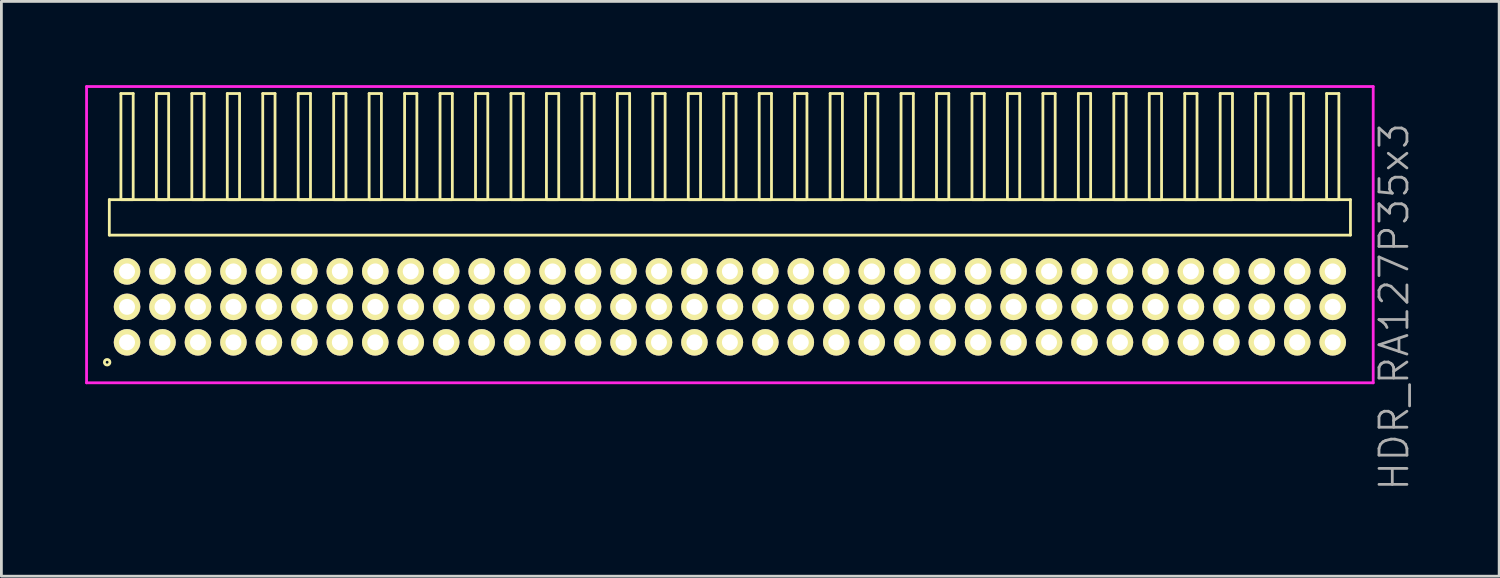
<source format=kicad_pcb>
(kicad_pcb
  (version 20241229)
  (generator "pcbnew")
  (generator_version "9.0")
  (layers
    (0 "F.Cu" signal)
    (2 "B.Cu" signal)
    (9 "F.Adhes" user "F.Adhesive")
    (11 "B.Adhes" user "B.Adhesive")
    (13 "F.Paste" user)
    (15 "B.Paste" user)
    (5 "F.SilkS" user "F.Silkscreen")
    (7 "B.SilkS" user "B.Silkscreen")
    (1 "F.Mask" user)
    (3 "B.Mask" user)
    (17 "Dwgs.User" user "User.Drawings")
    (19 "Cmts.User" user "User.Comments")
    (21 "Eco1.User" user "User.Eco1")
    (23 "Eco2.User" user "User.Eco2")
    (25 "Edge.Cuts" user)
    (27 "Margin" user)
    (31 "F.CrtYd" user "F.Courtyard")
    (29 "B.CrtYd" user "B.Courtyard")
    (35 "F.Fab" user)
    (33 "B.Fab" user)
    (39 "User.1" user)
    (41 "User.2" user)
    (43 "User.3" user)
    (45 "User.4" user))
  (footprint "HDR_RA127P35x3"
    (layer "F.Cu")
    (at 23.09 7.94)
    (property "Reference" "HDR_RA127P35x3" (at 23.79 0 90) (layer "F.Fab") (effects (font (size 1 1) (thickness 0.1))))
    (attr through_hole)
    (fp_line (start -22.225 -3.84) (end -22.225 -2.57) (stroke (width 0.1) (type solid)) (layer "F.SilkS"))
    (fp_line (start -22.225 -2.57) (end 22.225 -2.57) (stroke (width 0.1) (type solid)) (layer "F.SilkS"))
    (fp_line (start -21.81 -7.64) (end -21.81 -3.84) (stroke (width 0.1) (type solid)) (layer "F.SilkS"))
    (fp_line (start -21.81 -3.84) (end -21.37 -3.84) (stroke (width 0.1) (type solid)) (layer "F.SilkS"))
    (fp_line (start -21.37 -7.64) (end -21.81 -7.64) (stroke (width 0.1) (type solid)) (layer "F.SilkS"))
    (fp_line (start -21.37 -3.84) (end -21.37 -7.64) (stroke (width 0.1) (type solid)) (layer "F.SilkS"))
    (fp_line (start -20.54 -7.64) (end -20.54 -3.84) (stroke (width 0.1) (type solid)) (layer "F.SilkS"))
    (fp_line (start -20.54 -3.84) (end -20.1 -3.84) (stroke (width 0.1) (type solid)) (layer "F.SilkS"))
    (fp_line (start -20.1 -7.64) (end -20.54 -7.64) (stroke (width 0.1) (type solid)) (layer "F.SilkS"))
    (fp_line (start -20.1 -3.84) (end -20.1 -7.64) (stroke (width 0.1) (type solid)) (layer "F.SilkS"))
    (fp_line (start -19.27 -7.64) (end -19.27 -3.84) (stroke (width 0.1) (type solid)) (layer "F.SilkS"))
    (fp_line (start -19.27 -3.84) (end -18.83 -3.84) (stroke (width 0.1) (type solid)) (layer "F.SilkS"))
    (fp_line (start -18.83 -7.64) (end -19.27 -7.64) (stroke (width 0.1) (type solid)) (layer "F.SilkS"))
    (fp_line (start -18.83 -3.84) (end -18.83 -7.64) (stroke (width 0.1) (type solid)) (layer "F.SilkS"))
    (fp_line (start -18 -7.64) (end -18 -3.84) (stroke (width 0.1) (type solid)) (layer "F.SilkS"))
    (fp_line (start -18 -3.84) (end -17.56 -3.84) (stroke (width 0.1) (type solid)) (layer "F.SilkS"))
    (fp_line (start -17.56 -7.64) (end -18 -7.64) (stroke (width 0.1) (type solid)) (layer "F.SilkS"))
    (fp_line (start -17.56 -3.84) (end -17.56 -7.64) (stroke (width 0.1) (type solid)) (layer "F.SilkS"))
    (fp_line (start -16.73 -7.64) (end -16.73 -3.84) (stroke (width 0.1) (type solid)) (layer "F.SilkS"))
    (fp_line (start -16.73 -3.84) (end -16.29 -3.84) (stroke (width 0.1) (type solid)) (layer "F.SilkS"))
    (fp_line (start -16.29 -7.64) (end -16.73 -7.64) (stroke (width 0.1) (type solid)) (layer "F.SilkS"))
    (fp_line (start -16.29 -3.84) (end -16.29 -7.64) (stroke (width 0.1) (type solid)) (layer "F.SilkS"))
    (fp_line (start -15.46 -7.64) (end -15.46 -3.84) (stroke (width 0.1) (type solid)) (layer "F.SilkS"))
    (fp_line (start -15.46 -3.84) (end -15.02 -3.84) (stroke (width 0.1) (type solid)) (layer "F.SilkS"))
    (fp_line (start -15.02 -7.64) (end -15.46 -7.64) (stroke (width 0.1) (type solid)) (layer "F.SilkS"))
    (fp_line (start -15.02 -3.84) (end -15.02 -7.64) (stroke (width 0.1) (type solid)) (layer "F.SilkS"))
    (fp_line (start -14.19 -7.64) (end -14.19 -3.84) (stroke (width 0.1) (type solid)) (layer "F.SilkS"))
    (fp_line (start -14.19 -3.84) (end -13.75 -3.84) (stroke (width 0.1) (type solid)) (layer "F.SilkS"))
    (fp_line (start -13.75 -7.64) (end -14.19 -7.64) (stroke (width 0.1) (type solid)) (layer "F.SilkS"))
    (fp_line (start -13.75 -3.84) (end -13.75 -7.64) (stroke (width 0.1) (type solid)) (layer "F.SilkS"))
    (fp_line (start -12.92 -7.64) (end -12.92 -3.84) (stroke (width 0.1) (type solid)) (layer "F.SilkS"))
    (fp_line (start -12.92 -3.84) (end -12.48 -3.84) (stroke (width 0.1) (type solid)) (layer "F.SilkS"))
    (fp_line (start -12.48 -7.64) (end -12.92 -7.64) (stroke (width 0.1) (type solid)) (layer "F.SilkS"))
    (fp_line (start -12.48 -3.84) (end -12.48 -7.64) (stroke (width 0.1) (type solid)) (layer "F.SilkS"))
    (fp_line (start -11.65 -7.64) (end -11.65 -3.84) (stroke (width 0.1) (type solid)) (layer "F.SilkS"))
    (fp_line (start -11.65 -3.84) (end -11.21 -3.84) (stroke (width 0.1) (type solid)) (layer "F.SilkS"))
    (fp_line (start -11.21 -7.64) (end -11.65 -7.64) (stroke (width 0.1) (type solid)) (layer "F.SilkS"))
    (fp_line (start -11.21 -3.84) (end -11.21 -7.64) (stroke (width 0.1) (type solid)) (layer "F.SilkS"))
    (fp_line (start -10.38 -7.64) (end -10.38 -3.84) (stroke (width 0.1) (type solid)) (layer "F.SilkS"))
    (fp_line (start -10.38 -3.84) (end -9.94 -3.84) (stroke (width 0.1) (type solid)) (layer "F.SilkS"))
    (fp_line (start -9.94 -7.64) (end -10.38 -7.64) (stroke (width 0.1) (type solid)) (layer "F.SilkS"))
    (fp_line (start -9.94 -3.84) (end -9.94 -7.64) (stroke (width 0.1) (type solid)) (layer "F.SilkS"))
    (fp_line (start -9.11 -7.64) (end -9.11 -3.84) (stroke (width 0.1) (type solid)) (layer "F.SilkS"))
    (fp_line (start -9.11 -3.84) (end -8.67 -3.84) (stroke (width 0.1) (type solid)) (layer "F.SilkS"))
    (fp_line (start -8.67 -7.64) (end -9.11 -7.64) (stroke (width 0.1) (type solid)) (layer "F.SilkS"))
    (fp_line (start -8.67 -3.84) (end -8.67 -7.64) (stroke (width 0.1) (type solid)) (layer "F.SilkS"))
    (fp_line (start -7.84 -7.64) (end -7.84 -3.84) (stroke (width 0.1) (type solid)) (layer "F.SilkS"))
    (fp_line (start -7.84 -3.84) (end -7.4 -3.84) (stroke (width 0.1) (type solid)) (layer "F.SilkS"))
    (fp_line (start -7.4 -7.64) (end -7.84 -7.64) (stroke (width 0.1) (type solid)) (layer "F.SilkS"))
    (fp_line (start -7.4 -3.84) (end -7.4 -7.64) (stroke (width 0.1) (type solid)) (layer "F.SilkS"))
    (fp_line (start -6.57 -7.64) (end -6.57 -3.84) (stroke (width 0.1) (type solid)) (layer "F.SilkS"))
    (fp_line (start -6.57 -3.84) (end -6.13 -3.84) (stroke (width 0.1) (type solid)) (layer "F.SilkS"))
    (fp_line (start -6.13 -7.64) (end -6.57 -7.64) (stroke (width 0.1) (type solid)) (layer "F.SilkS"))
    (fp_line (start -6.13 -3.84) (end -6.13 -7.64) (stroke (width 0.1) (type solid)) (layer "F.SilkS"))
    (fp_line (start -5.3 -7.64) (end -5.3 -3.84) (stroke (width 0.1) (type solid)) (layer "F.SilkS"))
    (fp_line (start -5.3 -3.84) (end -4.86 -3.84) (stroke (width 0.1) (type solid)) (layer "F.SilkS"))
    (fp_line (start -4.86 -7.64) (end -5.3 -7.64) (stroke (width 0.1) (type solid)) (layer "F.SilkS"))
    (fp_line (start -4.86 -3.84) (end -4.86 -7.64) (stroke (width 0.1) (type solid)) (layer "F.SilkS"))
    (fp_line (start -4.03 -7.64) (end -4.03 -3.84) (stroke (width 0.1) (type solid)) (layer "F.SilkS"))
    (fp_line (start -4.03 -3.84) (end -3.59 -3.84) (stroke (width 0.1) (type solid)) (layer "F.SilkS"))
    (fp_line (start -3.59 -7.64) (end -4.03 -7.64) (stroke (width 0.1) (type solid)) (layer "F.SilkS"))
    (fp_line (start -3.59 -3.84) (end -3.59 -7.64) (stroke (width 0.1) (type solid)) (layer "F.SilkS"))
    (fp_line (start -2.76 -7.64) (end -2.76 -3.84) (stroke (width 0.1) (type solid)) (layer "F.SilkS"))
    (fp_line (start -2.76 -3.84) (end -2.32 -3.84) (stroke (width 0.1) (type solid)) (layer "F.SilkS"))
    (fp_line (start -2.32 -7.64) (end -2.76 -7.64) (stroke (width 0.1) (type solid)) (layer "F.SilkS"))
    (fp_line (start -2.32 -3.84) (end -2.32 -7.64) (stroke (width 0.1) (type solid)) (layer "F.SilkS"))
    (fp_line (start -1.49 -7.64) (end -1.49 -3.84) (stroke (width 0.1) (type solid)) (layer "F.SilkS"))
    (fp_line (start -1.49 -3.84) (end -1.05 -3.84) (stroke (width 0.1) (type solid)) (layer "F.SilkS"))
    (fp_line (start -1.05 -7.64) (end -1.49 -7.64) (stroke (width 0.1) (type solid)) (layer "F.SilkS"))
    (fp_line (start -1.05 -3.84) (end -1.05 -7.64) (stroke (width 0.1) (type solid)) (layer "F.SilkS"))
    (fp_line (start -0.22 -7.64) (end -0.22 -3.84) (stroke (width 0.1) (type solid)) (layer "F.SilkS"))
    (fp_line (start -0.22 -3.84) (end 0.22 -3.84) (stroke (width 0.1) (type solid)) (layer "F.SilkS"))
    (fp_line (start 0.22 -7.64) (end -0.22 -7.64) (stroke (width 0.1) (type solid)) (layer "F.SilkS"))
    (fp_line (start 0.22 -3.84) (end 0.22 -7.64) (stroke (width 0.1) (type solid)) (layer "F.SilkS"))
    (fp_line (start 1.05 -7.64) (end 1.05 -3.84) (stroke (width 0.1) (type solid)) (layer "F.SilkS"))
    (fp_line (start 1.05 -3.84) (end 1.49 -3.84) (stroke (width 0.1) (type solid)) (layer "F.SilkS"))
    (fp_line (start 1.49 -7.64) (end 1.05 -7.64) (stroke (width 0.1) (type solid)) (layer "F.SilkS"))
    (fp_line (start 1.49 -3.84) (end 1.49 -7.64) (stroke (width 0.1) (type solid)) (layer "F.SilkS"))
    (fp_line (start 2.32 -7.64) (end 2.32 -3.84) (stroke (width 0.1) (type solid)) (layer "F.SilkS"))
    (fp_line (start 2.32 -3.84) (end 2.76 -3.84) (stroke (width 0.1) (type solid)) (layer "F.SilkS"))
    (fp_line (start 2.76 -7.64) (end 2.32 -7.64) (stroke (width 0.1) (type solid)) (layer "F.SilkS"))
    (fp_line (start 2.76 -3.84) (end 2.76 -7.64) (stroke (width 0.1) (type solid)) (layer "F.SilkS"))
    (fp_line (start 3.59 -7.64) (end 3.59 -3.84) (stroke (width 0.1) (type solid)) (layer "F.SilkS"))
    (fp_line (start 3.59 -3.84) (end 4.03 -3.84) (stroke (width 0.1) (type solid)) (layer "F.SilkS"))
    (fp_line (start 4.03 -7.64) (end 3.59 -7.64) (stroke (width 0.1) (type solid)) (layer "F.SilkS"))
    (fp_line (start 4.03 -3.84) (end 4.03 -7.64) (stroke (width 0.1) (type solid)) (layer "F.SilkS"))
    (fp_line (start 4.86 -7.64) (end 4.86 -3.84) (stroke (width 0.1) (type solid)) (layer "F.SilkS"))
    (fp_line (start 4.86 -3.84) (end 5.3 -3.84) (stroke (width 0.1) (type solid)) (layer "F.SilkS"))
    (fp_line (start 5.3 -7.64) (end 4.86 -7.64) (stroke (width 0.1) (type solid)) (layer "F.SilkS"))
    (fp_line (start 5.3 -3.84) (end 5.3 -7.64) (stroke (width 0.1) (type solid)) (layer "F.SilkS"))
    (fp_line (start 6.13 -7.64) (end 6.13 -3.84) (stroke (width 0.1) (type solid)) (layer "F.SilkS"))
    (fp_line (start 6.13 -3.84) (end 6.57 -3.84) (stroke (width 0.1) (type solid)) (layer "F.SilkS"))
    (fp_line (start 6.57 -7.64) (end 6.13 -7.64) (stroke (width 0.1) (type solid)) (layer "F.SilkS"))
    (fp_line (start 6.57 -3.84) (end 6.57 -7.64) (stroke (width 0.1) (type solid)) (layer "F.SilkS"))
    (fp_line (start 7.4 -7.64) (end 7.4 -3.84) (stroke (width 0.1) (type solid)) (layer "F.SilkS"))
    (fp_line (start 7.4 -3.84) (end 7.84 -3.84) (stroke (width 0.1) (type solid)) (layer "F.SilkS"))
    (fp_line (start 7.84 -7.64) (end 7.4 -7.64) (stroke (width 0.1) (type solid)) (layer "F.SilkS"))
    (fp_line (start 7.84 -3.84) (end 7.84 -7.64) (stroke (width 0.1) (type solid)) (layer "F.SilkS"))
    (fp_line (start 8.67 -7.64) (end 8.67 -3.84) (stroke (width 0.1) (type solid)) (layer "F.SilkS"))
    (fp_line (start 8.67 -3.84) (end 9.11 -3.84) (stroke (width 0.1) (type solid)) (layer "F.SilkS"))
    (fp_line (start 9.11 -7.64) (end 8.67 -7.64) (stroke (width 0.1) (type solid)) (layer "F.SilkS"))
    (fp_line (start 9.11 -3.84) (end 9.11 -7.64) (stroke (width 0.1) (type solid)) (layer "F.SilkS"))
    (fp_line (start 9.94 -7.64) (end 9.94 -3.84) (stroke (width 0.1) (type solid)) (layer "F.SilkS"))
    (fp_line (start 9.94 -3.84) (end 10.38 -3.84) (stroke (width 0.1) (type solid)) (layer "F.SilkS"))
    (fp_line (start 10.38 -7.64) (end 9.94 -7.64) (stroke (width 0.1) (type solid)) (layer "F.SilkS"))
    (fp_line (start 10.38 -3.84) (end 10.38 -7.64) (stroke (width 0.1) (type solid)) (layer "F.SilkS"))
    (fp_line (start 11.21 -7.64) (end 11.21 -3.84) (stroke (width 0.1) (type solid)) (layer "F.SilkS"))
    (fp_line (start 11.21 -3.84) (end 11.65 -3.84) (stroke (width 0.1) (type solid)) (layer "F.SilkS"))
    (fp_line (start 11.65 -7.64) (end 11.21 -7.64) (stroke (width 0.1) (type solid)) (layer "F.SilkS"))
    (fp_line (start 11.65 -3.84) (end 11.65 -7.64) (stroke (width 0.1) (type solid)) (layer "F.SilkS"))
    (fp_line (start 12.48 -7.64) (end 12.48 -3.84) (stroke (width 0.1) (type solid)) (layer "F.SilkS"))
    (fp_line (start 12.48 -3.84) (end 12.92 -3.84) (stroke (width 0.1) (type solid)) (layer "F.SilkS"))
    (fp_line (start 12.92 -7.64) (end 12.48 -7.64) (stroke (width 0.1) (type solid)) (layer "F.SilkS"))
    (fp_line (start 12.92 -3.84) (end 12.92 -7.64) (stroke (width 0.1) (type solid)) (layer "F.SilkS"))
    (fp_line (start 13.75 -7.64) (end 13.75 -3.84) (stroke (width 0.1) (type solid)) (layer "F.SilkS"))
    (fp_line (start 13.75 -3.84) (end 14.19 -3.84) (stroke (width 0.1) (type solid)) (layer "F.SilkS"))
    (fp_line (start 14.19 -7.64) (end 13.75 -7.64) (stroke (width 0.1) (type solid)) (layer "F.SilkS"))
    (fp_line (start 14.19 -3.84) (end 14.19 -7.64) (stroke (width 0.1) (type solid)) (layer "F.SilkS"))
    (fp_line (start 15.02 -7.64) (end 15.02 -3.84) (stroke (width 0.1) (type solid)) (layer "F.SilkS"))
    (fp_line (start 15.02 -3.84) (end 15.46 -3.84) (stroke (width 0.1) (type solid)) (layer "F.SilkS"))
    (fp_line (start 15.46 -7.64) (end 15.02 -7.64) (stroke (width 0.1) (type solid)) (layer "F.SilkS"))
    (fp_line (start 15.46 -3.84) (end 15.46 -7.64) (stroke (width 0.1) (type solid)) (layer "F.SilkS"))
    (fp_line (start 16.29 -7.64) (end 16.29 -3.84) (stroke (width 0.1) (type solid)) (layer "F.SilkS"))
    (fp_line (start 16.29 -3.84) (end 16.73 -3.84) (stroke (width 0.1) (type solid)) (layer "F.SilkS"))
    (fp_line (start 16.73 -7.64) (end 16.29 -7.64) (stroke (width 0.1) (type solid)) (layer "F.SilkS"))
    (fp_line (start 16.73 -3.84) (end 16.73 -7.64) (stroke (width 0.1) (type solid)) (layer "F.SilkS"))
    (fp_line (start 17.56 -7.64) (end 17.56 -3.84) (stroke (width 0.1) (type solid)) (layer "F.SilkS"))
    (fp_line (start 17.56 -3.84) (end 18 -3.84) (stroke (width 0.1) (type solid)) (layer "F.SilkS"))
    (fp_line (start 18 -7.64) (end 17.56 -7.64) (stroke (width 0.1) (type solid)) (layer "F.SilkS"))
    (fp_line (start 18 -3.84) (end 18 -7.64) (stroke (width 0.1) (type solid)) (layer "F.SilkS"))
    (fp_line (start 18.83 -7.64) (end 18.83 -3.84) (stroke (width 0.1) (type solid)) (layer "F.SilkS"))
    (fp_line (start 18.83 -3.84) (end 19.27 -3.84) (stroke (width 0.1) (type solid)) (layer "F.SilkS"))
    (fp_line (start 19.27 -7.64) (end 18.83 -7.64) (stroke (width 0.1) (type solid)) (layer "F.SilkS"))
    (fp_line (start 19.27 -3.84) (end 19.27 -7.64) (stroke (width 0.1) (type solid)) (layer "F.SilkS"))
    (fp_line (start 20.1 -7.64) (end 20.1 -3.84) (stroke (width 0.1) (type solid)) (layer "F.SilkS"))
    (fp_line (start 20.1 -3.84) (end 20.54 -3.84) (stroke (width 0.1) (type solid)) (layer "F.SilkS"))
    (fp_line (start 20.54 -7.64) (end 20.1 -7.64) (stroke (width 0.1) (type solid)) (layer "F.SilkS"))
    (fp_line (start 20.54 -3.84) (end 20.54 -7.64) (stroke (width 0.1) (type solid)) (layer "F.SilkS"))
    (fp_line (start 21.37 -7.64) (end 21.37 -3.84) (stroke (width 0.1) (type solid)) (layer "F.SilkS"))
    (fp_line (start 21.37 -3.84) (end 21.81 -3.84) (stroke (width 0.1) (type solid)) (layer "F.SilkS"))
    (fp_line (start 21.81 -7.64) (end 21.37 -7.64) (stroke (width 0.1) (type solid)) (layer "F.SilkS"))
    (fp_line (start 21.81 -3.84) (end 21.81 -7.64) (stroke (width 0.1) (type solid)) (layer "F.SilkS"))
    (fp_line (start 22.225 -3.84) (end -22.225 -3.84) (stroke (width 0.1) (type solid)) (layer "F.SilkS"))
    (fp_line (start 22.225 -2.57) (end 22.225 -3.84) (stroke (width 0.1) (type solid)) (layer "F.SilkS"))
    (fp_circle (center -22.303 1.983) (end -22.203 1.983) (stroke (width 0.1) (type solid)) (fill no) (layer "F.SilkS"))
    (fp_line (start -23.04 -7.89) (end -23.04 2.72) (stroke (width 0.1) (type solid)) (layer "F.CrtYd"))
    (fp_line (start -23.04 2.72) (end 23.04 2.72) (stroke (width 0.1) (type solid)) (layer "F.CrtYd"))
    (fp_line (start 23.04 -7.89) (end -23.04 -7.89) (stroke (width 0.1) (type solid)) (layer "F.CrtYd"))
    (fp_line (start 23.04 2.72) (end 23.04 -7.89) (stroke (width 0.1) (type solid)) (layer "F.CrtYd"))
    (pad "1" thru_hole oval (at -21.59 1.27) (size 0.95 0.95) (drill 0.57) (layers "*.Cu" "*.Mask" "F.SilkS"))
    (pad "2" thru_hole oval (at -21.59 0) (size 0.95 0.95) (drill 0.57) (layers "*.Cu" "*.Mask" "F.SilkS"))
    (pad "3" thru_hole oval (at -21.59 -1.27) (size 0.95 0.95) (drill 0.57) (layers "*.Cu" "*.Mask" "F.SilkS"))
    (pad "4" thru_hole oval (at -20.32 1.27) (size 0.95 0.95) (drill 0.57) (layers "*.Cu" "*.Mask" "F.SilkS"))
    (pad "5" thru_hole oval (at -20.32 0) (size 0.95 0.95) (drill 0.57) (layers "*.Cu" "*.Mask" "F.SilkS"))
    (pad "6" thru_hole oval (at -20.32 -1.27) (size 0.95 0.95) (drill 0.57) (layers "*.Cu" "*.Mask" "F.SilkS"))
    (pad "7" thru_hole oval (at -19.05 1.27) (size 0.95 0.95) (drill 0.57) (layers "*.Cu" "*.Mask" "F.SilkS"))
    (pad "8" thru_hole oval (at -19.05 0) (size 0.95 0.95) (drill 0.57) (layers "*.Cu" "*.Mask" "F.SilkS"))
    (pad "9" thru_hole oval (at -19.05 -1.27) (size 0.95 0.95) (drill 0.57) (layers "*.Cu" "*.Mask" "F.SilkS"))
    (pad "10" thru_hole oval (at -17.78 1.27) (size 0.95 0.95) (drill 0.57) (layers "*.Cu" "*.Mask" "F.SilkS"))
    (pad "11" thru_hole oval (at -17.78 0) (size 0.95 0.95) (drill 0.57) (layers "*.Cu" "*.Mask" "F.SilkS"))
    (pad "12" thru_hole oval (at -17.78 -1.27) (size 0.95 0.95) (drill 0.57) (layers "*.Cu" "*.Mask" "F.SilkS"))
    (pad "13" thru_hole oval (at -16.51 1.27) (size 0.95 0.95) (drill 0.57) (layers "*.Cu" "*.Mask" "F.SilkS"))
    (pad "14" thru_hole oval (at -16.51 0) (size 0.95 0.95) (drill 0.57) (layers "*.Cu" "*.Mask" "F.SilkS"))
    (pad "15" thru_hole oval (at -16.51 -1.27) (size 0.95 0.95) (drill 0.57) (layers "*.Cu" "*.Mask" "F.SilkS"))
    (pad "16" thru_hole oval (at -15.24 1.27) (size 0.95 0.95) (drill 0.57) (layers "*.Cu" "*.Mask" "F.SilkS"))
    (pad "17" thru_hole oval (at -15.24 0) (size 0.95 0.95) (drill 0.57) (layers "*.Cu" "*.Mask" "F.SilkS"))
    (pad "18" thru_hole oval (at -15.24 -1.27) (size 0.95 0.95) (drill 0.57) (layers "*.Cu" "*.Mask" "F.SilkS"))
    (pad "19" thru_hole oval (at -13.97 1.27) (size 0.95 0.95) (drill 0.57) (layers "*.Cu" "*.Mask" "F.SilkS"))
    (pad "20" thru_hole oval (at -13.97 0) (size 0.95 0.95) (drill 0.57) (layers "*.Cu" "*.Mask" "F.SilkS"))
    (pad "21" thru_hole oval (at -13.97 -1.27) (size 0.95 0.95) (drill 0.57) (layers "*.Cu" "*.Mask" "F.SilkS"))
    (pad "22" thru_hole oval (at -12.7 1.27) (size 0.95 0.95) (drill 0.57) (layers "*.Cu" "*.Mask" "F.SilkS"))
    (pad "23" thru_hole oval (at -12.7 0) (size 0.95 0.95) (drill 0.57) (layers "*.Cu" "*.Mask" "F.SilkS"))
    (pad "24" thru_hole oval (at -12.7 -1.27) (size 0.95 0.95) (drill 0.57) (layers "*.Cu" "*.Mask" "F.SilkS"))
    (pad "25" thru_hole oval (at -11.43 1.27) (size 0.95 0.95) (drill 0.57) (layers "*.Cu" "*.Mask" "F.SilkS"))
    (pad "26" thru_hole oval (at -11.43 0) (size 0.95 0.95) (drill 0.57) (layers "*.Cu" "*.Mask" "F.SilkS"))
    (pad "27" thru_hole oval (at -11.43 -1.27) (size 0.95 0.95) (drill 0.57) (layers "*.Cu" "*.Mask" "F.SilkS"))
    (pad "28" thru_hole oval (at -10.16 1.27) (size 0.95 0.95) (drill 0.57) (layers "*.Cu" "*.Mask" "F.SilkS"))
    (pad "29" thru_hole oval (at -10.16 0) (size 0.95 0.95) (drill 0.57) (layers "*.Cu" "*.Mask" "F.SilkS"))
    (pad "30" thru_hole oval (at -10.16 -1.27) (size 0.95 0.95) (drill 0.57) (layers "*.Cu" "*.Mask" "F.SilkS"))
    (pad "31" thru_hole oval (at -8.89 1.27) (size 0.95 0.95) (drill 0.57) (layers "*.Cu" "*.Mask" "F.SilkS"))
    (pad "32" thru_hole oval (at -8.89 0) (size 0.95 0.95) (drill 0.57) (layers "*.Cu" "*.Mask" "F.SilkS"))
    (pad "33" thru_hole oval (at -8.89 -1.27) (size 0.95 0.95) (drill 0.57) (layers "*.Cu" "*.Mask" "F.SilkS"))
    (pad "34" thru_hole oval (at -7.62 1.27) (size 0.95 0.95) (drill 0.57) (layers "*.Cu" "*.Mask" "F.SilkS"))
    (pad "35" thru_hole oval (at -7.62 0) (size 0.95 0.95) (drill 0.57) (layers "*.Cu" "*.Mask" "F.SilkS"))
    (pad "36" thru_hole oval (at -7.62 -1.27) (size 0.95 0.95) (drill 0.57) (layers "*.Cu" "*.Mask" "F.SilkS"))
    (pad "37" thru_hole oval (at -6.35 1.27) (size 0.95 0.95) (drill 0.57) (layers "*.Cu" "*.Mask" "F.SilkS"))
    (pad "38" thru_hole oval (at -6.35 0) (size 0.95 0.95) (drill 0.57) (layers "*.Cu" "*.Mask" "F.SilkS"))
    (pad "39" thru_hole oval (at -6.35 -1.27) (size 0.95 0.95) (drill 0.57) (layers "*.Cu" "*.Mask" "F.SilkS"))
    (pad "40" thru_hole oval (at -5.08 1.27) (size 0.95 0.95) (drill 0.57) (layers "*.Cu" "*.Mask" "F.SilkS"))
    (pad "41" thru_hole oval (at -5.08 0) (size 0.95 0.95) (drill 0.57) (layers "*.Cu" "*.Mask" "F.SilkS"))
    (pad "42" thru_hole oval (at -5.08 -1.27) (size 0.95 0.95) (drill 0.57) (layers "*.Cu" "*.Mask" "F.SilkS"))
    (pad "43" thru_hole oval (at -3.81 1.27) (size 0.95 0.95) (drill 0.57) (layers "*.Cu" "*.Mask" "F.SilkS"))
    (pad "44" thru_hole oval (at -3.81 0) (size 0.95 0.95) (drill 0.57) (layers "*.Cu" "*.Mask" "F.SilkS"))
    (pad "45" thru_hole oval (at -3.81 -1.27) (size 0.95 0.95) (drill 0.57) (layers "*.Cu" "*.Mask" "F.SilkS"))
    (pad "46" thru_hole oval (at -2.54 1.27) (size 0.95 0.95) (drill 0.57) (layers "*.Cu" "*.Mask" "F.SilkS"))
    (pad "47" thru_hole oval (at -2.54 0) (size 0.95 0.95) (drill 0.57) (layers "*.Cu" "*.Mask" "F.SilkS"))
    (pad "48" thru_hole oval (at -2.54 -1.27) (size 0.95 0.95) (drill 0.57) (layers "*.Cu" "*.Mask" "F.SilkS"))
    (pad "49" thru_hole oval (at -1.27 1.27) (size 0.95 0.95) (drill 0.57) (layers "*.Cu" "*.Mask" "F.SilkS"))
    (pad "50" thru_hole oval (at -1.27 0) (size 0.95 0.95) (drill 0.57) (layers "*.Cu" "*.Mask" "F.SilkS"))
    (pad "51" thru_hole oval (at -1.27 -1.27) (size 0.95 0.95) (drill 0.57) (layers "*.Cu" "*.Mask" "F.SilkS"))
    (pad "52" thru_hole oval (at 0 1.27) (size 0.95 0.95) (drill 0.57) (layers "*.Cu" "*.Mask" "F.SilkS"))
    (pad "53" thru_hole oval (at 0 0) (size 0.95 0.95) (drill 0.57) (layers "*.Cu" "*.Mask" "F.SilkS"))
    (pad "54" thru_hole oval (at 0 -1.27) (size 0.95 0.95) (drill 0.57) (layers "*.Cu" "*.Mask" "F.SilkS"))
    (pad "55" thru_hole oval (at 1.27 1.27) (size 0.95 0.95) (drill 0.57) (layers "*.Cu" "*.Mask" "F.SilkS"))
    (pad "56" thru_hole oval (at 1.27 0) (size 0.95 0.95) (drill 0.57) (layers "*.Cu" "*.Mask" "F.SilkS"))
    (pad "57" thru_hole oval (at 1.27 -1.27) (size 0.95 0.95) (drill 0.57) (layers "*.Cu" "*.Mask" "F.SilkS"))
    (pad "58" thru_hole oval (at 2.54 1.27) (size 0.95 0.95) (drill 0.57) (layers "*.Cu" "*.Mask" "F.SilkS"))
    (pad "59" thru_hole oval (at 2.54 0) (size 0.95 0.95) (drill 0.57) (layers "*.Cu" "*.Mask" "F.SilkS"))
    (pad "60" thru_hole oval (at 2.54 -1.27) (size 0.95 0.95) (drill 0.57) (layers "*.Cu" "*.Mask" "F.SilkS"))
    (pad "61" thru_hole oval (at 3.81 1.27) (size 0.95 0.95) (drill 0.57) (layers "*.Cu" "*.Mask" "F.SilkS"))
    (pad "62" thru_hole oval (at 3.81 0) (size 0.95 0.95) (drill 0.57) (layers "*.Cu" "*.Mask" "F.SilkS"))
    (pad "63" thru_hole oval (at 3.81 -1.27) (size 0.95 0.95) (drill 0.57) (layers "*.Cu" "*.Mask" "F.SilkS"))
    (pad "64" thru_hole oval (at 5.08 1.27) (size 0.95 0.95) (drill 0.57) (layers "*.Cu" "*.Mask" "F.SilkS"))
    (pad "65" thru_hole oval (at 5.08 0) (size 0.95 0.95) (drill 0.57) (layers "*.Cu" "*.Mask" "F.SilkS"))
    (pad "66" thru_hole oval (at 5.08 -1.27) (size 0.95 0.95) (drill 0.57) (layers "*.Cu" "*.Mask" "F.SilkS"))
    (pad "67" thru_hole oval (at 6.35 1.27) (size 0.95 0.95) (drill 0.57) (layers "*.Cu" "*.Mask" "F.SilkS"))
    (pad "68" thru_hole oval (at 6.35 0) (size 0.95 0.95) (drill 0.57) (layers "*.Cu" "*.Mask" "F.SilkS"))
    (pad "69" thru_hole oval (at 6.35 -1.27) (size 0.95 0.95) (drill 0.57) (layers "*.Cu" "*.Mask" "F.SilkS"))
    (pad "70" thru_hole oval (at 7.62 1.27) (size 0.95 0.95) (drill 0.57) (layers "*.Cu" "*.Mask" "F.SilkS"))
    (pad "71" thru_hole oval (at 7.62 0) (size 0.95 0.95) (drill 0.57) (layers "*.Cu" "*.Mask" "F.SilkS"))
    (pad "72" thru_hole oval (at 7.62 -1.27) (size 0.95 0.95) (drill 0.57) (layers "*.Cu" "*.Mask" "F.SilkS"))
    (pad "73" thru_hole oval (at 8.89 1.27) (size 0.95 0.95) (drill 0.57) (layers "*.Cu" "*.Mask" "F.SilkS"))
    (pad "74" thru_hole oval (at 8.89 0) (size 0.95 0.95) (drill 0.57) (layers "*.Cu" "*.Mask" "F.SilkS"))
    (pad "75" thru_hole oval (at 8.89 -1.27) (size 0.95 0.95) (drill 0.57) (layers "*.Cu" "*.Mask" "F.SilkS"))
    (pad "76" thru_hole oval (at 10.16 1.27) (size 0.95 0.95) (drill 0.57) (layers "*.Cu" "*.Mask" "F.SilkS"))
    (pad "77" thru_hole oval (at 10.16 0) (size 0.95 0.95) (drill 0.57) (layers "*.Cu" "*.Mask" "F.SilkS"))
    (pad "78" thru_hole oval (at 10.16 -1.27) (size 0.95 0.95) (drill 0.57) (layers "*.Cu" "*.Mask" "F.SilkS"))
    (pad "79" thru_hole oval (at 11.43 1.27) (size 0.95 0.95) (drill 0.57) (layers "*.Cu" "*.Mask" "F.SilkS"))
    (pad "80" thru_hole oval (at 11.43 0) (size 0.95 0.95) (drill 0.57) (layers "*.Cu" "*.Mask" "F.SilkS"))
    (pad "81" thru_hole oval (at 11.43 -1.27) (size 0.95 0.95) (drill 0.57) (layers "*.Cu" "*.Mask" "F.SilkS"))
    (pad "82" thru_hole oval (at 12.7 1.27) (size 0.95 0.95) (drill 0.57) (layers "*.Cu" "*.Mask" "F.SilkS"))
    (pad "83" thru_hole oval (at 12.7 0) (size 0.95 0.95) (drill 0.57) (layers "*.Cu" "*.Mask" "F.SilkS"))
    (pad "84" thru_hole oval (at 12.7 -1.27) (size 0.95 0.95) (drill 0.57) (layers "*.Cu" "*.Mask" "F.SilkS"))
    (pad "85" thru_hole oval (at 13.97 1.27) (size 0.95 0.95) (drill 0.57) (layers "*.Cu" "*.Mask" "F.SilkS"))
    (pad "86" thru_hole oval (at 13.97 0) (size 0.95 0.95) (drill 0.57) (layers "*.Cu" "*.Mask" "F.SilkS"))
    (pad "87" thru_hole oval (at 13.97 -1.27) (size 0.95 0.95) (drill 0.57) (layers "*.Cu" "*.Mask" "F.SilkS"))
    (pad "88" thru_hole oval (at 15.24 1.27) (size 0.95 0.95) (drill 0.57) (layers "*.Cu" "*.Mask" "F.SilkS"))
    (pad "89" thru_hole oval (at 15.24 0) (size 0.95 0.95) (drill 0.57) (layers "*.Cu" "*.Mask" "F.SilkS"))
    (pad "90" thru_hole oval (at 15.24 -1.27) (size 0.95 0.95) (drill 0.57) (layers "*.Cu" "*.Mask" "F.SilkS"))
    (pad "91" thru_hole oval (at 16.51 1.27) (size 0.95 0.95) (drill 0.57) (layers "*.Cu" "*.Mask" "F.SilkS"))
    (pad "92" thru_hole oval (at 16.51 0) (size 0.95 0.95) (drill 0.57) (layers "*.Cu" "*.Mask" "F.SilkS"))
    (pad "93" thru_hole oval (at 16.51 -1.27) (size 0.95 0.95) (drill 0.57) (layers "*.Cu" "*.Mask" "F.SilkS"))
    (pad "94" thru_hole oval (at 17.78 1.27) (size 0.95 0.95) (drill 0.57) (layers "*.Cu" "*.Mask" "F.SilkS"))
    (pad "95" thru_hole oval (at 17.78 0) (size 0.95 0.95) (drill 0.57) (layers "*.Cu" "*.Mask" "F.SilkS"))
    (pad "96" thru_hole oval (at 17.78 -1.27) (size 0.95 0.95) (drill 0.57) (layers "*.Cu" "*.Mask" "F.SilkS"))
    (pad "97" thru_hole oval (at 19.05 1.27) (size 0.95 0.95) (drill 0.57) (layers "*.Cu" "*.Mask" "F.SilkS"))
    (pad "98" thru_hole oval (at 19.05 0) (size 0.95 0.95) (drill 0.57) (layers "*.Cu" "*.Mask" "F.SilkS"))
    (pad "99" thru_hole oval (at 19.05 -1.27) (size 0.95 0.95) (drill 0.57) (layers "*.Cu" "*.Mask" "F.SilkS"))
    (pad "100" thru_hole oval (at 20.32 1.27) (size 0.95 0.95) (drill 0.57) (layers "*.Cu" "*.Mask" "F.SilkS"))
    (pad "101" thru_hole oval (at 20.32 0) (size 0.95 0.95) (drill 0.57) (layers "*.Cu" "*.Mask" "F.SilkS"))
    (pad "102" thru_hole oval (at 20.32 -1.27) (size 0.95 0.95) (drill 0.57) (layers "*.Cu" "*.Mask" "F.SilkS"))
    (pad "103" thru_hole oval (at 21.59 1.27) (size 0.95 0.95) (drill 0.57) (layers "*.Cu" "*.Mask" "F.SilkS"))
    (pad "104" thru_hole oval (at 21.59 0) (size 0.95 0.95) (drill 0.57) (layers "*.Cu" "*.Mask" "F.SilkS"))
    (pad "105" thru_hole oval (at 21.59 -1.27) (size 0.95 0.95) (drill 0.57) (layers "*.Cu" "*.Mask" "F.SilkS")))
  (gr_rect
    (start -3 -3)
    (end 50.641 17.585)
    (stroke (width 0.1) (type default))
    (fill no)
    (layer "Edge.Cuts")))
</source>
